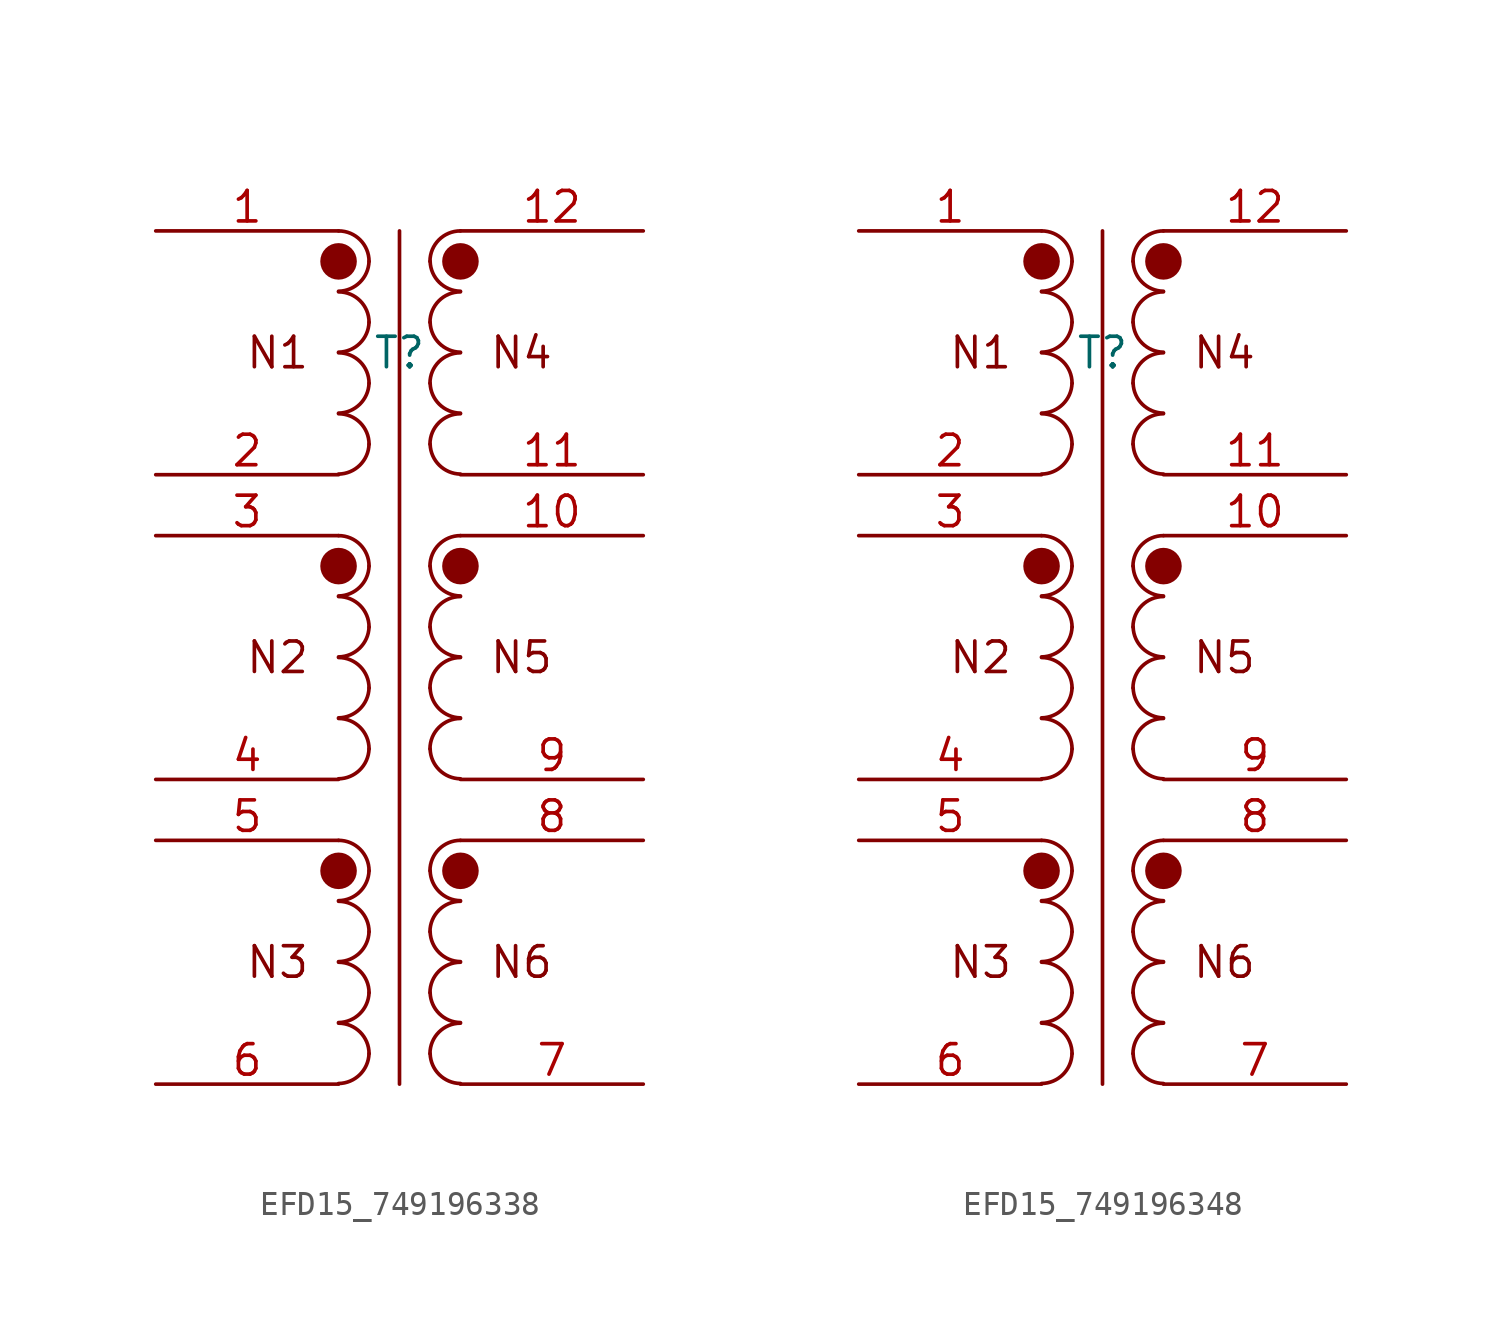
<source format=kicad_sym>
(kicad_symbol_lib
  (version 20220914)
  (generator kicad_symbol_editor)
  (symbol "EFD15_749196338"
    (pin_names hide)
    (property "Reference" "T"
      (at 0 12.7 0)
      (effects (font (size 1.27 1.27))))
    (property "Critical Parameter" ""
      (at 0 -5.08 0)
      (effects (font (size 1.27 1.27)) (justify left)))
    (symbol "EFD15_749196338_0_1"
      (arc (start -2.54 -17.7546) (mid -1.6561 -17.3863) (end -1.27 -16.51) (stroke (width 0) (type default)) (fill (type none)))
      (arc (start -2.54 -15.2146) (mid -1.6561 -14.8463) (end -1.27 -13.97) (stroke (width 0) (type default)) (fill (type none)))
      (arc (start -2.54 -12.6746) (mid -1.6561 -12.3063) (end -1.27 -11.43) (stroke (width 0) (type default)) (fill (type none)))
      (arc (start -2.54 -10.1346) (mid -1.6561 -9.7663) (end -1.27 -8.89) (stroke (width 0) (type default)) (fill (type none)))
      (arc (start -2.54 -5.0546) (mid -1.6561 -4.6863) (end -1.27 -3.81) (stroke (width 0) (type default)) (fill (type none)))
      (arc (start -2.54 -2.5146) (mid -1.6561 -2.1463) (end -1.27 -1.27) (stroke (width 0) (type default)) (fill (type none)))
      (arc (start -2.54 0.0254) (mid -1.6561 0.3937) (end -1.27 1.27) (stroke (width 0) (type default)) (fill (type none)))
      (arc (start -2.54 2.5654) (mid -1.6561 2.9337) (end -1.27 3.81) (stroke (width 0) (type default)) (fill (type none)))
      (arc (start -2.54 7.6454) (mid -1.6561 8.0137) (end -1.27 8.89) (stroke (width 0) (type default)) (fill (type none)))
      (arc (start -2.54 10.1854) (mid -1.6561 10.5537) (end -1.27 11.43) (stroke (width 0) (type default)) (fill (type none)))
      (arc (start -2.54 12.7254) (mid -1.6561 13.0937) (end -1.27 13.97) (stroke (width 0) (type default)) (fill (type none)))
      (arc (start -2.54 15.2654) (mid -1.6561 15.6337) (end -1.27 16.51) (stroke (width 0) (type default)) (fill (type none)))
      (arc (start -1.27 -16.51) (mid -1.642 -15.612) (end -2.54 -15.24) (stroke (width 0) (type default)) (fill (type none)))
      (arc (start -1.27 -13.97) (mid -1.642 -13.072) (end -2.54 -12.7) (stroke (width 0) (type default)) (fill (type none)))
      (arc (start -1.27 -11.43) (mid -1.642 -10.532) (end -2.54 -10.16) (stroke (width 0) (type default)) (fill (type none)))
      (arc (start -1.27 -8.89) (mid -1.642 -7.992) (end -2.54 -7.62) (stroke (width 0) (type default)) (fill (type none)))
      (arc (start -1.27 -3.81) (mid -1.642 -2.912) (end -2.54 -2.54) (stroke (width 0) (type default)) (fill (type none)))
      (arc (start -1.27 -1.27) (mid -1.642 -0.372) (end -2.54 0) (stroke (width 0) (type default)) (fill (type none)))
      (arc (start -1.27 1.27) (mid -1.642 2.168) (end -2.54 2.54) (stroke (width 0) (type default)) (fill (type none)))
      (arc (start -1.27 3.81) (mid -1.642 4.708) (end -2.54 5.08) (stroke (width 0) (type default)) (fill (type none)))
      (arc (start -1.27 8.89) (mid -1.642 9.788) (end -2.54 10.16) (stroke (width 0) (type default)) (fill (type none)))
      (arc (start -1.27 11.43) (mid -1.642 12.328) (end -2.54 12.7) (stroke (width 0) (type default)) (fill (type none)))
      (arc (start -1.27 13.97) (mid -1.642 14.868) (end -2.54 15.24) (stroke (width 0) (type default)) (fill (type none)))
      (arc (start -1.27 16.51) (mid -1.642 17.408) (end -2.54 17.78) (stroke (width 0) (type default)) (fill (type none)))
      (polyline (pts (xy 0 -17.78) (xy 0 17.78)) (stroke (width 0) (type default)) (fill (type none)))
      (arc (start 1.27 -16.51) (mid 1.6561 -17.3863) (end 2.54 -17.7546) (stroke (width 0) (type default)) (fill (type none)))
      (arc (start 1.27 -13.97) (mid 1.6561 -14.8463) (end 2.54 -15.2146) (stroke (width 0) (type default)) (fill (type none)))
      (arc (start 1.27 -11.43) (mid 1.6561 -12.3063) (end 2.54 -12.6746) (stroke (width 0) (type default)) (fill (type none)))
      (arc (start 1.27 -8.89) (mid 1.6561 -9.7663) (end 2.54 -10.1346) (stroke (width 0) (type default)) (fill (type none)))
      (arc (start 1.27 -3.81) (mid 1.6561 -4.6863) (end 2.54 -5.0546) (stroke (width 0) (type default)) (fill (type none)))
      (arc (start 1.27 -1.27) (mid 1.6561 -2.1463) (end 2.54 -2.5146) (stroke (width 0) (type default)) (fill (type none)))
      (arc (start 1.27 1.27) (mid 1.6561 0.3937) (end 2.54 0.0254) (stroke (width 0) (type default)) (fill (type none)))
      (arc (start 1.27 3.81) (mid 1.6561 2.9337) (end 2.54 2.5654) (stroke (width 0) (type default)) (fill (type none)))
      (arc (start 1.27 8.89) (mid 1.6561 8.0137) (end 2.54 7.6454) (stroke (width 0) (type default)) (fill (type none)))
      (arc (start 1.27 11.43) (mid 1.6561 10.5537) (end 2.54 10.1854) (stroke (width 0) (type default)) (fill (type none)))
      (arc (start 1.27 13.97) (mid 1.6561 13.0937) (end 2.54 12.7254) (stroke (width 0) (type default)) (fill (type none)))
      (arc (start 1.27 16.51) (mid 1.6561 15.6337) (end 2.54 15.2654) (stroke (width 0) (type default)) (fill (type none)))
      (arc (start 2.54 -15.24) (mid 1.642 -15.612) (end 1.27 -16.51) (stroke (width 0) (type default)) (fill (type none)))
      (arc (start 2.54 -12.7) (mid 1.642 -13.072) (end 1.27 -13.97) (stroke (width 0) (type default)) (fill (type none)))
      (arc (start 2.54 -10.16) (mid 1.642 -10.532) (end 1.27 -11.43) (stroke (width 0) (type default)) (fill (type none)))
      (arc (start 2.54 -7.62) (mid 1.642 -7.992) (end 1.27 -8.89) (stroke (width 0) (type default)) (fill (type none)))
      (arc (start 2.54 -2.54) (mid 1.642 -2.912) (end 1.27 -3.81) (stroke (width 0) (type default)) (fill (type none)))
      (arc (start 2.54 0) (mid 1.642 -0.372) (end 1.27 -1.27) (stroke (width 0) (type default)) (fill (type none)))
      (arc (start 2.54 2.54) (mid 1.642 2.168) (end 1.27 1.27) (stroke (width 0) (type default)) (fill (type none)))
      (arc (start 2.54 5.08) (mid 1.642 4.708) (end 1.27 3.81) (stroke (width 0) (type default)) (fill (type none)))
      (arc (start 2.54 10.16) (mid 1.642 9.788) (end 1.27 8.89) (stroke (width 0) (type default)) (fill (type none)))
      (arc (start 2.54 12.7) (mid 1.642 12.328) (end 1.27 11.43) (stroke (width 0) (type default)) (fill (type none)))
      (arc (start 2.54 15.24) (mid 1.642 14.868) (end 1.27 13.97) (stroke (width 0) (type default)) (fill (type none)))
      (arc (start 2.54 17.78) (mid 1.642 17.408) (end 1.27 16.51) (stroke (width 0) (type default)) (fill (type none))))
    (symbol "EFD15_749196338_1_1"
      (circle (center -2.54 -8.89) (radius 0.0001) (stroke (width 0.762) (type default)) (fill (type none)))
      (circle (center -2.54 3.81) (radius 0.0001) (stroke (width 0.762) (type default)) (fill (type none)))
      (circle (center -2.54 16.51) (radius 0.0001) (stroke (width 0.762) (type default)) (fill (type none)))
      (circle (center 2.54 -8.89) (radius 0.0001) (stroke (width 0.762) (type default)) (fill (type none)))
      (circle (center 2.54 3.81) (radius 0.0001) (stroke (width 0.762) (type default)) (fill (type none)))
      (circle (center 2.54 16.51) (radius 0.0001) (stroke (width 0.762) (type default)) (fill (type none)))
      (text "N1" (at -5.08 12.7 0) (effects (font (size 1.27 1.27))))
      (text "N2" (at -5.08 0 0) (effects (font (size 1.27 1.27))))
      (text "N3" (at -5.08 -12.7 0) (effects (font (size 1.27 1.27))))
      (text "N4" (at 5.08 12.7 0) (effects (font (size 1.27 1.27))))
      (text "N5" (at 5.08 0 0) (effects (font (size 1.27 1.27))))
      (text "N6" (at 5.08 -12.7 0) (effects (font (size 1.27 1.27))))
      (pin passive line (at -10.16 17.78 0) (length 7.62) (name "1" (effects (font (size 1.27 1.27)))) (number "1" (effects (font (size 1.27 1.27)))))
      (pin passive line (at -10.16 7.62 0) (length 7.62) (name "2" (effects (font (size 1.27 1.27)))) (number "2" (effects (font (size 1.27 1.27)))))
      (pin passive line (at -10.16 5.08 0) (length 7.62) (name "3" (effects (font (size 1.27 1.27)))) (number "3" (effects (font (size 1.27 1.27)))))
      (pin passive line (at -10.16 -5.08 0) (length 7.62) (name "4" (effects (font (size 1.27 1.27)))) (number "4" (effects (font (size 1.27 1.27)))))
      (pin passive line (at -10.16 -7.62 0) (length 7.62) (name "5" (effects (font (size 1.27 1.27)))) (number "5" (effects (font (size 1.27 1.27)))))
      (pin passive line (at -10.16 -17.78 0) (length 7.62) (name "6" (effects (font (size 1.27 1.27)))) (number "6" (effects (font (size 1.27 1.27)))))
      (pin passive line (at 10.16 -17.78 180) (length 7.62) (name "7" (effects (font (size 1.27 1.27)))) (number "7" (effects (font (size 1.27 1.27)))))
      (pin passive line (at 10.16 -7.62 180) (length 7.62) (name "8" (effects (font (size 1.27 1.27)))) (number "8" (effects (font (size 1.27 1.27)))))
      (pin passive line (at 10.16 -5.08 180) (length 7.62) (name "9" (effects (font (size 1.27 1.27)))) (number "9" (effects (font (size 1.27 1.27)))))
      (pin passive line (at 10.16 5.08 180) (length 7.62) (name "10" (effects (font (size 1.27 1.27)))) (number "10" (effects (font (size 1.27 1.27)))))
      (pin passive line (at 10.16 7.62 180) (length 7.62) (name "11" (effects (font (size 1.27 1.27)))) (number "11" (effects (font (size 1.27 1.27)))))
      (pin passive line (at 10.16 17.78 180) (length 7.62) (name "12" (effects (font (size 1.27 1.27)))) (number "12" (effects (font (size 1.27 1.27)))))))
  (symbol "EFD15_749196348"
    (pin_names hide)
    (property "Reference" "T"
      (at 0 12.7 0)
      (effects (font (size 1.27 1.27))))
    (property "Critical Parameter" ""
      (at 0 -5.08 0)
      (effects (font (size 1.27 1.27)) (justify left)))
    (symbol "EFD15_749196348_0_1"
      (arc (start -2.54 -17.7546) (mid -1.6561 -17.3863) (end -1.27 -16.51) (stroke (width 0) (type default)) (fill (type none)))
      (arc (start -2.54 -15.2146) (mid -1.6561 -14.8463) (end -1.27 -13.97) (stroke (width 0) (type default)) (fill (type none)))
      (arc (start -2.54 -12.6746) (mid -1.6561 -12.3063) (end -1.27 -11.43) (stroke (width 0) (type default)) (fill (type none)))
      (arc (start -2.54 -10.1346) (mid -1.6561 -9.7663) (end -1.27 -8.89) (stroke (width 0) (type default)) (fill (type none)))
      (arc (start -2.54 -5.0546) (mid -1.6561 -4.6863) (end -1.27 -3.81) (stroke (width 0) (type default)) (fill (type none)))
      (arc (start -2.54 -2.5146) (mid -1.6561 -2.1463) (end -1.27 -1.27) (stroke (width 0) (type default)) (fill (type none)))
      (arc (start -2.54 0.0254) (mid -1.6561 0.3937) (end -1.27 1.27) (stroke (width 0) (type default)) (fill (type none)))
      (arc (start -2.54 2.5654) (mid -1.6561 2.9337) (end -1.27 3.81) (stroke (width 0) (type default)) (fill (type none)))
      (arc (start -2.54 7.6454) (mid -1.6561 8.0137) (end -1.27 8.89) (stroke (width 0) (type default)) (fill (type none)))
      (arc (start -2.54 10.1854) (mid -1.6561 10.5537) (end -1.27 11.43) (stroke (width 0) (type default)) (fill (type none)))
      (arc (start -2.54 12.7254) (mid -1.6561 13.0937) (end -1.27 13.97) (stroke (width 0) (type default)) (fill (type none)))
      (arc (start -2.54 15.2654) (mid -1.6561 15.6337) (end -1.27 16.51) (stroke (width 0) (type default)) (fill (type none)))
      (arc (start -1.27 -16.51) (mid -1.642 -15.612) (end -2.54 -15.24) (stroke (width 0) (type default)) (fill (type none)))
      (arc (start -1.27 -13.97) (mid -1.642 -13.072) (end -2.54 -12.7) (stroke (width 0) (type default)) (fill (type none)))
      (arc (start -1.27 -11.43) (mid -1.642 -10.532) (end -2.54 -10.16) (stroke (width 0) (type default)) (fill (type none)))
      (arc (start -1.27 -8.89) (mid -1.642 -7.992) (end -2.54 -7.62) (stroke (width 0) (type default)) (fill (type none)))
      (arc (start -1.27 -3.81) (mid -1.642 -2.912) (end -2.54 -2.54) (stroke (width 0) (type default)) (fill (type none)))
      (arc (start -1.27 -1.27) (mid -1.642 -0.372) (end -2.54 0) (stroke (width 0) (type default)) (fill (type none)))
      (arc (start -1.27 1.27) (mid -1.642 2.168) (end -2.54 2.54) (stroke (width 0) (type default)) (fill (type none)))
      (arc (start -1.27 3.81) (mid -1.642 4.708) (end -2.54 5.08) (stroke (width 0) (type default)) (fill (type none)))
      (arc (start -1.27 8.89) (mid -1.642 9.788) (end -2.54 10.16) (stroke (width 0) (type default)) (fill (type none)))
      (arc (start -1.27 11.43) (mid -1.642 12.328) (end -2.54 12.7) (stroke (width 0) (type default)) (fill (type none)))
      (arc (start -1.27 13.97) (mid -1.642 14.868) (end -2.54 15.24) (stroke (width 0) (type default)) (fill (type none)))
      (arc (start -1.27 16.51) (mid -1.642 17.408) (end -2.54 17.78) (stroke (width 0) (type default)) (fill (type none)))
      (polyline (pts (xy 0 -17.78) (xy 0 17.78)) (stroke (width 0) (type default)) (fill (type none)))
      (arc (start 1.27 -16.51) (mid 1.6561 -17.3863) (end 2.54 -17.7546) (stroke (width 0) (type default)) (fill (type none)))
      (arc (start 1.27 -13.97) (mid 1.6561 -14.8463) (end 2.54 -15.2146) (stroke (width 0) (type default)) (fill (type none)))
      (arc (start 1.27 -11.43) (mid 1.6561 -12.3063) (end 2.54 -12.6746) (stroke (width 0) (type default)) (fill (type none)))
      (arc (start 1.27 -8.89) (mid 1.6561 -9.7663) (end 2.54 -10.1346) (stroke (width 0) (type default)) (fill (type none)))
      (arc (start 1.27 -3.81) (mid 1.6561 -4.6863) (end 2.54 -5.0546) (stroke (width 0) (type default)) (fill (type none)))
      (arc (start 1.27 -1.27) (mid 1.6561 -2.1463) (end 2.54 -2.5146) (stroke (width 0) (type default)) (fill (type none)))
      (arc (start 1.27 1.27) (mid 1.6561 0.3937) (end 2.54 0.0254) (stroke (width 0) (type default)) (fill (type none)))
      (arc (start 1.27 3.81) (mid 1.6561 2.9337) (end 2.54 2.5654) (stroke (width 0) (type default)) (fill (type none)))
      (arc (start 1.27 8.89) (mid 1.6561 8.0137) (end 2.54 7.6454) (stroke (width 0) (type default)) (fill (type none)))
      (arc (start 1.27 11.43) (mid 1.6561 10.5537) (end 2.54 10.1854) (stroke (width 0) (type default)) (fill (type none)))
      (arc (start 1.27 13.97) (mid 1.6561 13.0937) (end 2.54 12.7254) (stroke (width 0) (type default)) (fill (type none)))
      (arc (start 1.27 16.51) (mid 1.6561 15.6337) (end 2.54 15.2654) (stroke (width 0) (type default)) (fill (type none)))
      (arc (start 2.54 -15.24) (mid 1.642 -15.612) (end 1.27 -16.51) (stroke (width 0) (type default)) (fill (type none)))
      (arc (start 2.54 -12.7) (mid 1.642 -13.072) (end 1.27 -13.97) (stroke (width 0) (type default)) (fill (type none)))
      (arc (start 2.54 -10.16) (mid 1.642 -10.532) (end 1.27 -11.43) (stroke (width 0) (type default)) (fill (type none)))
      (arc (start 2.54 -7.62) (mid 1.642 -7.992) (end 1.27 -8.89) (stroke (width 0) (type default)) (fill (type none)))
      (arc (start 2.54 -2.54) (mid 1.642 -2.912) (end 1.27 -3.81) (stroke (width 0) (type default)) (fill (type none)))
      (arc (start 2.54 0) (mid 1.642 -0.372) (end 1.27 -1.27) (stroke (width 0) (type default)) (fill (type none)))
      (arc (start 2.54 2.54) (mid 1.642 2.168) (end 1.27 1.27) (stroke (width 0) (type default)) (fill (type none)))
      (arc (start 2.54 5.08) (mid 1.642 4.708) (end 1.27 3.81) (stroke (width 0) (type default)) (fill (type none)))
      (arc (start 2.54 10.16) (mid 1.642 9.788) (end 1.27 8.89) (stroke (width 0) (type default)) (fill (type none)))
      (arc (start 2.54 12.7) (mid 1.642 12.328) (end 1.27 11.43) (stroke (width 0) (type default)) (fill (type none)))
      (arc (start 2.54 15.24) (mid 1.642 14.868) (end 1.27 13.97) (stroke (width 0) (type default)) (fill (type none)))
      (arc (start 2.54 17.78) (mid 1.642 17.408) (end 1.27 16.51) (stroke (width 0) (type default)) (fill (type none))))
    (symbol "EFD15_749196348_1_1"
      (circle (center -2.54 -8.89) (radius 0.0001) (stroke (width 0.762) (type default)) (fill (type none)))
      (circle (center -2.54 3.81) (radius 0.0001) (stroke (width 0.762) (type default)) (fill (type none)))
      (circle (center -2.54 16.51) (radius 0.0001) (stroke (width 0.762) (type default)) (fill (type none)))
      (circle (center 2.54 -8.89) (radius 0.0001) (stroke (width 0.762) (type default)) (fill (type none)))
      (circle (center 2.54 3.81) (radius 0.0001) (stroke (width 0.762) (type default)) (fill (type none)))
      (circle (center 2.54 16.51) (radius 0.0001) (stroke (width 0.762) (type default)) (fill (type none)))
      (text "N1" (at -5.08 12.7 0) (effects (font (size 1.27 1.27))))
      (text "N2" (at -5.08 0 0) (effects (font (size 1.27 1.27))))
      (text "N3" (at -5.08 -12.7 0) (effects (font (size 1.27 1.27))))
      (text "N4" (at 5.08 12.7 0) (effects (font (size 1.27 1.27))))
      (text "N5" (at 5.08 0 0) (effects (font (size 1.27 1.27))))
      (text "N6" (at 5.08 -12.7 0) (effects (font (size 1.27 1.27))))
      (pin passive line (at -10.16 17.78 0) (length 7.62) (name "1" (effects (font (size 1.27 1.27)))) (number "1" (effects (font (size 1.27 1.27)))))
      (pin passive line (at -10.16 7.62 0) (length 7.62) (name "2" (effects (font (size 1.27 1.27)))) (number "2" (effects (font (size 1.27 1.27)))))
      (pin passive line (at -10.16 5.08 0) (length 7.62) (name "3" (effects (font (size 1.27 1.27)))) (number "3" (effects (font (size 1.27 1.27)))))
      (pin passive line (at -10.16 -5.08 0) (length 7.62) (name "4" (effects (font (size 1.27 1.27)))) (number "4" (effects (font (size 1.27 1.27)))))
      (pin passive line (at -10.16 -7.62 0) (length 7.62) (name "5" (effects (font (size 1.27 1.27)))) (number "5" (effects (font (size 1.27 1.27)))))
      (pin passive line (at -10.16 -17.78 0) (length 7.62) (name "6" (effects (font (size 1.27 1.27)))) (number "6" (effects (font (size 1.27 1.27)))))
      (pin passive line (at 10.16 -17.78 180) (length 7.62) (name "7" (effects (font (size 1.27 1.27)))) (number "7" (effects (font (size 1.27 1.27)))))
      (pin passive line (at 10.16 -7.62 180) (length 7.62) (name "8" (effects (font (size 1.27 1.27)))) (number "8" (effects (font (size 1.27 1.27)))))
      (pin passive line (at 10.16 -5.08 180) (length 7.62) (name "9" (effects (font (size 1.27 1.27)))) (number "9" (effects (font (size 1.27 1.27)))))
      (pin passive line (at 10.16 5.08 180) (length 7.62) (name "10" (effects (font (size 1.27 1.27)))) (number "10" (effects (font (size 1.27 1.27)))))
      (pin passive line (at 10.16 7.62 180) (length 7.62) (name "11" (effects (font (size 1.27 1.27)))) (number "11" (effects (font (size 1.27 1.27)))))
      (pin passive line (at 10.16 17.78 180) (length 7.62) (name "12" (effects (font (size 1.27 1.27)))) (number "12" (effects (font (size 1.27 1.27))))))))
</source>
